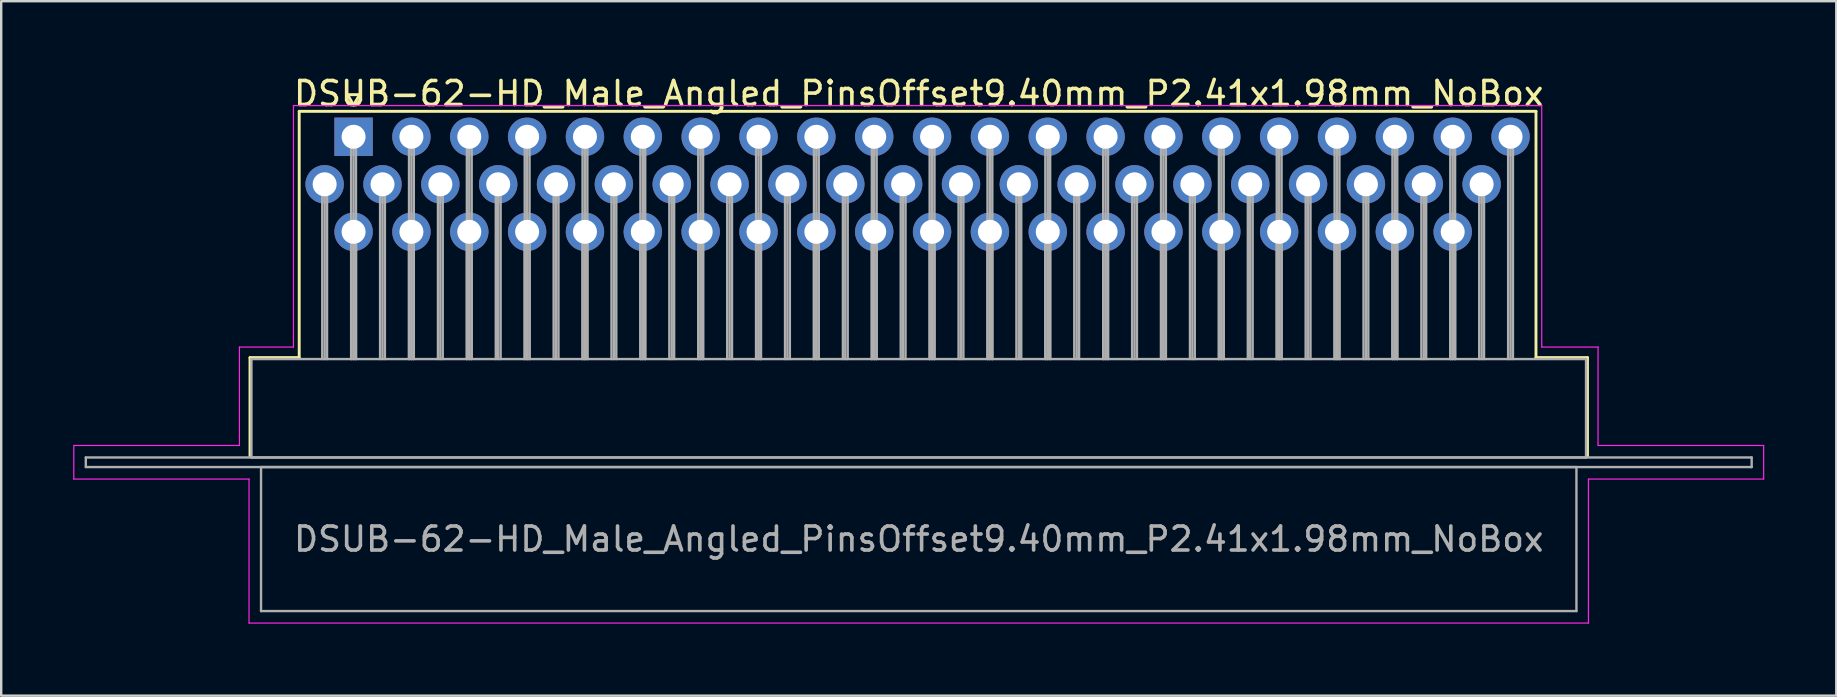
<source format=kicad_pcb>
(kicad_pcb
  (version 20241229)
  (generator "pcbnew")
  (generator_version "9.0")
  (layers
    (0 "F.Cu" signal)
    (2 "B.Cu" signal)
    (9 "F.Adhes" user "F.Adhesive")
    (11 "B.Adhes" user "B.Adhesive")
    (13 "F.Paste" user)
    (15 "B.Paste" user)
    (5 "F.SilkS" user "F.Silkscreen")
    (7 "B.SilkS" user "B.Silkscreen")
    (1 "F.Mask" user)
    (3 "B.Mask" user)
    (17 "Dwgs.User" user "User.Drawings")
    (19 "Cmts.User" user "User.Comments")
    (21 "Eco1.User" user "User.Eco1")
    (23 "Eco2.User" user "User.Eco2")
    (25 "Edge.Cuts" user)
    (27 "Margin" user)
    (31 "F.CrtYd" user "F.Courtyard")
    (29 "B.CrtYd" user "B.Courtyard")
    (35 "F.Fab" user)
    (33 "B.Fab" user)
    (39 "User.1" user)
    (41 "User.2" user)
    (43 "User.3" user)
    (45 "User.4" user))
  (footprint "DSUB-62-HD_Male_Angled_PinsOffset9.40mm_P2.41x1.98mm_NoBox"
    (layer "F.Cu")
    (at 11.68 2.648)
    (property "Reference" "DSUB-62-HD_Male_Angled_PinsOffset9.40mm_P2.41x1.98mm_NoBox" (at 23.545 -1.8 0) (layer "F.SilkS") (effects (font (size 1 1) (thickness 0.15))))
    (attr through_hole)
    (fp_line (start -4.315 9.2) (end -2.265 9.2) (stroke (width 0.12) (type solid)) (layer "F.SilkS"))
    (fp_line (start -4.315 13.3) (end -4.315 9.2) (stroke (width 0.12) (type solid)) (layer "F.SilkS"))
    (fp_line (start -2.265 -1.06) (end 49.26 -1.06) (stroke (width 0.12) (type solid)) (layer "F.SilkS"))
    (fp_line (start -2.265 9.2) (end -2.265 -1.06) (stroke (width 0.12) (type solid)) (layer "F.SilkS"))
    (fp_line (start -0.25 -1.754) (end 0.25 -1.754) (stroke (width 0.12) (type solid)) (layer "F.SilkS"))
    (fp_line (start 0 -1.321) (end -0.25 -1.754) (stroke (width 0.12) (type solid)) (layer "F.SilkS"))
    (fp_line (start 0.25 -1.754) (end 0 -1.321) (stroke (width 0.12) (type solid)) (layer "F.SilkS"))
    (fp_line (start 49.26 -1.06) (end 49.26 9.2) (stroke (width 0.12) (type solid)) (layer "F.SilkS"))
    (fp_line (start 49.26 9.2) (end 51.405 9.2) (stroke (width 0.12) (type solid)) (layer "F.SilkS"))
    (fp_line (start 51.405 9.2) (end 51.405 13.3) (stroke (width 0.12) (type solid)) (layer "F.SilkS"))
    (fp_line (start -11.655 12.86) (end -4.755 12.86) (stroke (width 0.05) (type solid)) (layer "F.CrtYd"))
    (fp_line (start -11.655 14.26) (end -11.655 12.86) (stroke (width 0.05) (type solid)) (layer "F.CrtYd"))
    (fp_line (start -4.755 8.76) (end -2.505 8.76) (stroke (width 0.05) (type solid)) (layer "F.CrtYd"))
    (fp_line (start -4.755 12.86) (end -4.755 8.76) (stroke (width 0.05) (type solid)) (layer "F.CrtYd"))
    (fp_line (start -4.355 14.26) (end -11.655 14.26) (stroke (width 0.05) (type solid)) (layer "F.CrtYd"))
    (fp_line (start -4.355 20.26) (end -4.355 14.26) (stroke (width 0.05) (type solid)) (layer "F.CrtYd"))
    (fp_line (start -2.505 -1.3) (end 49.5 -1.3) (stroke (width 0.05) (type solid)) (layer "F.CrtYd"))
    (fp_line (start -2.505 8.76) (end -2.505 -1.3) (stroke (width 0.05) (type solid)) (layer "F.CrtYd"))
    (fp_line (start 49.5 -1.3) (end 49.5 8.76) (stroke (width 0.05) (type solid)) (layer "F.CrtYd"))
    (fp_line (start 49.5 8.76) (end 51.845 8.76) (stroke (width 0.05) (type solid)) (layer "F.CrtYd"))
    (fp_line (start 51.445 14.26) (end 51.445 20.26) (stroke (width 0.05) (type solid)) (layer "F.CrtYd"))
    (fp_line (start 51.445 20.26) (end -4.355 20.26) (stroke (width 0.05) (type solid)) (layer "F.CrtYd"))
    (fp_line (start 51.845 8.76) (end 51.845 12.86) (stroke (width 0.05) (type solid)) (layer "F.CrtYd"))
    (fp_line (start 51.845 12.86) (end 58.745 12.86) (stroke (width 0.05) (type solid)) (layer "F.CrtYd"))
    (fp_line (start 58.745 12.86) (end 58.745 14.26) (stroke (width 0.05) (type solid)) (layer "F.CrtYd"))
    (fp_line (start 58.745 14.26) (end 51.445 14.26) (stroke (width 0.05) (type solid)) (layer "F.CrtYd"))
    (fp_line (start -11.155 13.36) (end -11.155 13.76) (stroke (width 0.1) (type solid)) (layer "F.Fab"))
    (fp_line (start -11.155 13.76) (end 58.245 13.76) (stroke (width 0.1) (type solid)) (layer "F.Fab"))
    (fp_line (start -4.255 9.26) (end -4.255 13.36) (stroke (width 0.1) (type solid)) (layer "F.Fab"))
    (fp_line (start -4.255 13.36) (end 51.345 13.36) (stroke (width 0.1) (type solid)) (layer "F.Fab"))
    (fp_line (start -3.855 13.76) (end -3.855 19.76) (stroke (width 0.1) (type solid)) (layer "F.Fab"))
    (fp_line (start -3.855 19.76) (end 50.945 19.76) (stroke (width 0.1) (type solid)) (layer "F.Fab"))
    (fp_line (start -1.305 1.98) (end -1.305 9.26) (stroke (width 0.1) (type solid)) (layer "F.Fab"))
    (fp_line (start -1.205 1.98) (end -1.205 9.26) (stroke (width 0.1) (type solid)) (layer "F.Fab"))
    (fp_line (start -1.105 1.98) (end -1.105 9.26) (stroke (width 0.1) (type solid)) (layer "F.Fab"))
    (fp_line (start -0.1 0) (end -0.1 9.26) (stroke (width 0.1) (type solid)) (layer "F.Fab"))
    (fp_line (start -0.1 3.96) (end -0.1 9.26) (stroke (width 0.1) (type solid)) (layer "F.Fab"))
    (fp_line (start 0 0) (end 0 9.26) (stroke (width 0.1) (type solid)) (layer "F.Fab"))
    (fp_line (start 0 3.96) (end 0 9.26) (stroke (width 0.1) (type solid)) (layer "F.Fab"))
    (fp_line (start 0.1 0) (end 0.1 9.26) (stroke (width 0.1) (type solid)) (layer "F.Fab"))
    (fp_line (start 0.1 3.96) (end 0.1 9.26) (stroke (width 0.1) (type solid)) (layer "F.Fab"))
    (fp_line (start 1.105 1.98) (end 1.105 9.26) (stroke (width 0.1) (type solid)) (layer "F.Fab"))
    (fp_line (start 1.205 1.98) (end 1.205 9.26) (stroke (width 0.1) (type solid)) (layer "F.Fab"))
    (fp_line (start 1.305 1.98) (end 1.305 9.26) (stroke (width 0.1) (type solid)) (layer "F.Fab"))
    (fp_line (start 2.31 0) (end 2.31 9.26) (stroke (width 0.1) (type solid)) (layer "F.Fab"))
    (fp_line (start 2.31 3.96) (end 2.31 9.26) (stroke (width 0.1) (type solid)) (layer "F.Fab"))
    (fp_line (start 2.41 0) (end 2.41 9.26) (stroke (width 0.1) (type solid)) (layer "F.Fab"))
    (fp_line (start 2.41 3.96) (end 2.41 9.26) (stroke (width 0.1) (type solid)) (layer "F.Fab"))
    (fp_line (start 2.51 0) (end 2.51 9.26) (stroke (width 0.1) (type solid)) (layer "F.Fab"))
    (fp_line (start 2.51 3.96) (end 2.51 9.26) (stroke (width 0.1) (type solid)) (layer "F.Fab"))
    (fp_line (start 3.515 1.98) (end 3.515 9.26) (stroke (width 0.1) (type solid)) (layer "F.Fab"))
    (fp_line (start 3.615 1.98) (end 3.615 9.26) (stroke (width 0.1) (type solid)) (layer "F.Fab"))
    (fp_line (start 3.715 1.98) (end 3.715 9.26) (stroke (width 0.1) (type solid)) (layer "F.Fab"))
    (fp_line (start 4.72 0) (end 4.72 9.26) (stroke (width 0.1) (type solid)) (layer "F.Fab"))
    (fp_line (start 4.72 3.96) (end 4.72 9.26) (stroke (width 0.1) (type solid)) (layer "F.Fab"))
    (fp_line (start 4.82 0) (end 4.82 9.26) (stroke (width 0.1) (type solid)) (layer "F.Fab"))
    (fp_line (start 4.82 3.96) (end 4.82 9.26) (stroke (width 0.1) (type solid)) (layer "F.Fab"))
    (fp_line (start 4.92 0) (end 4.92 9.26) (stroke (width 0.1) (type solid)) (layer "F.Fab"))
    (fp_line (start 4.92 3.96) (end 4.92 9.26) (stroke (width 0.1) (type solid)) (layer "F.Fab"))
    (fp_line (start 5.925 1.98) (end 5.925 9.26) (stroke (width 0.1) (type solid)) (layer "F.Fab"))
    (fp_line (start 6.025 1.98) (end 6.025 9.26) (stroke (width 0.1) (type solid)) (layer "F.Fab"))
    (fp_line (start 6.125 1.98) (end 6.125 9.26) (stroke (width 0.1) (type solid)) (layer "F.Fab"))
    (fp_line (start 7.13 0) (end 7.13 9.26) (stroke (width 0.1) (type solid)) (layer "F.Fab"))
    (fp_line (start 7.13 3.96) (end 7.13 9.26) (stroke (width 0.1) (type solid)) (layer "F.Fab"))
    (fp_line (start 7.23 0) (end 7.23 9.26) (stroke (width 0.1) (type solid)) (layer "F.Fab"))
    (fp_line (start 7.23 3.96) (end 7.23 9.26) (stroke (width 0.1) (type solid)) (layer "F.Fab"))
    (fp_line (start 7.33 0) (end 7.33 9.26) (stroke (width 0.1) (type solid)) (layer "F.Fab"))
    (fp_line (start 7.33 3.96) (end 7.33 9.26) (stroke (width 0.1) (type solid)) (layer "F.Fab"))
    (fp_line (start 8.335 1.98) (end 8.335 9.26) (stroke (width 0.1) (type solid)) (layer "F.Fab"))
    (fp_line (start 8.435 1.98) (end 8.435 9.26) (stroke (width 0.1) (type solid)) (layer "F.Fab"))
    (fp_line (start 8.535 1.98) (end 8.535 9.26) (stroke (width 0.1) (type solid)) (layer "F.Fab"))
    (fp_line (start 9.54 0) (end 9.54 9.26) (stroke (width 0.1) (type solid)) (layer "F.Fab"))
    (fp_line (start 9.54 3.96) (end 9.54 9.26) (stroke (width 0.1) (type solid)) (layer "F.Fab"))
    (fp_line (start 9.64 0) (end 9.64 9.26) (stroke (width 0.1) (type solid)) (layer "F.Fab"))
    (fp_line (start 9.64 3.96) (end 9.64 9.26) (stroke (width 0.1) (type solid)) (layer "F.Fab"))
    (fp_line (start 9.74 0) (end 9.74 9.26) (stroke (width 0.1) (type solid)) (layer "F.Fab"))
    (fp_line (start 9.74 3.96) (end 9.74 9.26) (stroke (width 0.1) (type solid)) (layer "F.Fab"))
    (fp_line (start 10.745 1.98) (end 10.745 9.26) (stroke (width 0.1) (type solid)) (layer "F.Fab"))
    (fp_line (start 10.845 1.98) (end 10.845 9.26) (stroke (width 0.1) (type solid)) (layer "F.Fab"))
    (fp_line (start 10.945 1.98) (end 10.945 9.26) (stroke (width 0.1) (type solid)) (layer "F.Fab"))
    (fp_line (start 11.95 0) (end 11.95 9.26) (stroke (width 0.1) (type solid)) (layer "F.Fab"))
    (fp_line (start 11.95 3.96) (end 11.95 9.26) (stroke (width 0.1) (type solid)) (layer "F.Fab"))
    (fp_line (start 12.05 0) (end 12.05 9.26) (stroke (width 0.1) (type solid)) (layer "F.Fab"))
    (fp_line (start 12.05 3.96) (end 12.05 9.26) (stroke (width 0.1) (type solid)) (layer "F.Fab"))
    (fp_line (start 12.15 0) (end 12.15 9.26) (stroke (width 0.1) (type solid)) (layer "F.Fab"))
    (fp_line (start 12.15 3.96) (end 12.15 9.26) (stroke (width 0.1) (type solid)) (layer "F.Fab"))
    (fp_line (start 13.155 1.98) (end 13.155 9.26) (stroke (width 0.1) (type solid)) (layer "F.Fab"))
    (fp_line (start 13.255 1.98) (end 13.255 9.26) (stroke (width 0.1) (type solid)) (layer "F.Fab"))
    (fp_line (start 13.355 1.98) (end 13.355 9.26) (stroke (width 0.1) (type solid)) (layer "F.Fab"))
    (fp_line (start 14.36 0) (end 14.36 9.26) (stroke (width 0.1) (type solid)) (layer "F.Fab"))
    (fp_line (start 14.36 3.96) (end 14.36 9.26) (stroke (width 0.1) (type solid)) (layer "F.Fab"))
    (fp_line (start 14.46 0) (end 14.46 9.26) (stroke (width 0.1) (type solid)) (layer "F.Fab"))
    (fp_line (start 14.46 3.96) (end 14.46 9.26) (stroke (width 0.1) (type solid)) (layer "F.Fab"))
    (fp_line (start 14.56 0) (end 14.56 9.26) (stroke (width 0.1) (type solid)) (layer "F.Fab"))
    (fp_line (start 14.56 3.96) (end 14.56 9.26) (stroke (width 0.1) (type solid)) (layer "F.Fab"))
    (fp_line (start 15.565 1.98) (end 15.565 9.26) (stroke (width 0.1) (type solid)) (layer "F.Fab"))
    (fp_line (start 15.665 1.98) (end 15.665 9.26) (stroke (width 0.1) (type solid)) (layer "F.Fab"))
    (fp_line (start 15.765 1.98) (end 15.765 9.26) (stroke (width 0.1) (type solid)) (layer "F.Fab"))
    (fp_line (start 16.77 0) (end 16.77 9.26) (stroke (width 0.1) (type solid)) (layer "F.Fab"))
    (fp_line (start 16.77 3.96) (end 16.77 9.26) (stroke (width 0.1) (type solid)) (layer "F.Fab"))
    (fp_line (start 16.87 0) (end 16.87 9.26) (stroke (width 0.1) (type solid)) (layer "F.Fab"))
    (fp_line (start 16.87 3.96) (end 16.87 9.26) (stroke (width 0.1) (type solid)) (layer "F.Fab"))
    (fp_line (start 16.97 0) (end 16.97 9.26) (stroke (width 0.1) (type solid)) (layer "F.Fab"))
    (fp_line (start 16.97 3.96) (end 16.97 9.26) (stroke (width 0.1) (type solid)) (layer "F.Fab"))
    (fp_line (start 17.975 1.98) (end 17.975 9.26) (stroke (width 0.1) (type solid)) (layer "F.Fab"))
    (fp_line (start 18.075 1.98) (end 18.075 9.26) (stroke (width 0.1) (type solid)) (layer "F.Fab"))
    (fp_line (start 18.175 1.98) (end 18.175 9.26) (stroke (width 0.1) (type solid)) (layer "F.Fab"))
    (fp_line (start 19.18 0) (end 19.18 9.26) (stroke (width 0.1) (type solid)) (layer "F.Fab"))
    (fp_line (start 19.18 3.96) (end 19.18 9.26) (stroke (width 0.1) (type solid)) (layer "F.Fab"))
    (fp_line (start 19.28 0) (end 19.28 9.26) (stroke (width 0.1) (type solid)) (layer "F.Fab"))
    (fp_line (start 19.28 3.96) (end 19.28 9.26) (stroke (width 0.1) (type solid)) (layer "F.Fab"))
    (fp_line (start 19.38 0) (end 19.38 9.26) (stroke (width 0.1) (type solid)) (layer "F.Fab"))
    (fp_line (start 19.38 3.96) (end 19.38 9.26) (stroke (width 0.1) (type solid)) (layer "F.Fab"))
    (fp_line (start 20.385 1.98) (end 20.385 9.26) (stroke (width 0.1) (type solid)) (layer "F.Fab"))
    (fp_line (start 20.485 1.98) (end 20.485 9.26) (stroke (width 0.1) (type solid)) (layer "F.Fab"))
    (fp_line (start 20.585 1.98) (end 20.585 9.26) (stroke (width 0.1) (type solid)) (layer "F.Fab"))
    (fp_line (start 21.59 0) (end 21.59 9.26) (stroke (width 0.1) (type solid)) (layer "F.Fab"))
    (fp_line (start 21.59 3.96) (end 21.59 9.26) (stroke (width 0.1) (type solid)) (layer "F.Fab"))
    (fp_line (start 21.69 0) (end 21.69 9.26) (stroke (width 0.1) (type solid)) (layer "F.Fab"))
    (fp_line (start 21.69 3.96) (end 21.69 9.26) (stroke (width 0.1) (type solid)) (layer "F.Fab"))
    (fp_line (start 21.79 0) (end 21.79 9.26) (stroke (width 0.1) (type solid)) (layer "F.Fab"))
    (fp_line (start 21.79 3.96) (end 21.79 9.26) (stroke (width 0.1) (type solid)) (layer "F.Fab"))
    (fp_line (start 22.795 1.98) (end 22.795 9.26) (stroke (width 0.1) (type solid)) (layer "F.Fab"))
    (fp_line (start 22.895 1.98) (end 22.895 9.26) (stroke (width 0.1) (type solid)) (layer "F.Fab"))
    (fp_line (start 22.995 1.98) (end 22.995 9.26) (stroke (width 0.1) (type solid)) (layer "F.Fab"))
    (fp_line (start 24 0) (end 24 9.26) (stroke (width 0.1) (type solid)) (layer "F.Fab"))
    (fp_line (start 24 3.96) (end 24 9.26) (stroke (width 0.1) (type solid)) (layer "F.Fab"))
    (fp_line (start 24.1 0) (end 24.1 9.26) (stroke (width 0.1) (type solid)) (layer "F.Fab"))
    (fp_line (start 24.1 3.96) (end 24.1 9.26) (stroke (width 0.1) (type solid)) (layer "F.Fab"))
    (fp_line (start 24.2 0) (end 24.2 9.26) (stroke (width 0.1) (type solid)) (layer "F.Fab"))
    (fp_line (start 24.2 3.96) (end 24.2 9.26) (stroke (width 0.1) (type solid)) (layer "F.Fab"))
    (fp_line (start 25.205 1.98) (end 25.205 9.26) (stroke (width 0.1) (type solid)) (layer "F.Fab"))
    (fp_line (start 25.305 1.98) (end 25.305 9.26) (stroke (width 0.1) (type solid)) (layer "F.Fab"))
    (fp_line (start 25.405 1.98) (end 25.405 9.26) (stroke (width 0.1) (type solid)) (layer "F.Fab"))
    (fp_line (start 26.41 0) (end 26.41 9.26) (stroke (width 0.1) (type solid)) (layer "F.Fab"))
    (fp_line (start 26.41 3.96) (end 26.41 9.26) (stroke (width 0.1) (type solid)) (layer "F.Fab"))
    (fp_line (start 26.51 0) (end 26.51 9.26) (stroke (width 0.1) (type solid)) (layer "F.Fab"))
    (fp_line (start 26.51 3.96) (end 26.51 9.26) (stroke (width 0.1) (type solid)) (layer "F.Fab"))
    (fp_line (start 26.61 0) (end 26.61 9.26) (stroke (width 0.1) (type solid)) (layer "F.Fab"))
    (fp_line (start 26.61 3.96) (end 26.61 9.26) (stroke (width 0.1) (type solid)) (layer "F.Fab"))
    (fp_line (start 27.615 1.98) (end 27.615 9.26) (stroke (width 0.1) (type solid)) (layer "F.Fab"))
    (fp_line (start 27.715 1.98) (end 27.715 9.26) (stroke (width 0.1) (type solid)) (layer "F.Fab"))
    (fp_line (start 27.815 1.98) (end 27.815 9.26) (stroke (width 0.1) (type solid)) (layer "F.Fab"))
    (fp_line (start 28.82 0) (end 28.82 9.26) (stroke (width 0.1) (type solid)) (layer "F.Fab"))
    (fp_line (start 28.82 3.96) (end 28.82 9.26) (stroke (width 0.1) (type solid)) (layer "F.Fab"))
    (fp_line (start 28.92 0) (end 28.92 9.26) (stroke (width 0.1) (type solid)) (layer "F.Fab"))
    (fp_line (start 28.92 3.96) (end 28.92 9.26) (stroke (width 0.1) (type solid)) (layer "F.Fab"))
    (fp_line (start 29.02 0) (end 29.02 9.26) (stroke (width 0.1) (type solid)) (layer "F.Fab"))
    (fp_line (start 29.02 3.96) (end 29.02 9.26) (stroke (width 0.1) (type solid)) (layer "F.Fab"))
    (fp_line (start 30.025 1.98) (end 30.025 9.26) (stroke (width 0.1) (type solid)) (layer "F.Fab"))
    (fp_line (start 30.125 1.98) (end 30.125 9.26) (stroke (width 0.1) (type solid)) (layer "F.Fab"))
    (fp_line (start 30.225 1.98) (end 30.225 9.26) (stroke (width 0.1) (type solid)) (layer "F.Fab"))
    (fp_line (start 31.23 0) (end 31.23 9.26) (stroke (width 0.1) (type solid)) (layer "F.Fab"))
    (fp_line (start 31.23 3.96) (end 31.23 9.26) (stroke (width 0.1) (type solid)) (layer "F.Fab"))
    (fp_line (start 31.33 0) (end 31.33 9.26) (stroke (width 0.1) (type solid)) (layer "F.Fab"))
    (fp_line (start 31.33 3.96) (end 31.33 9.26) (stroke (width 0.1) (type solid)) (layer "F.Fab"))
    (fp_line (start 31.43 0) (end 31.43 9.26) (stroke (width 0.1) (type solid)) (layer "F.Fab"))
    (fp_line (start 31.43 3.96) (end 31.43 9.26) (stroke (width 0.1) (type solid)) (layer "F.Fab"))
    (fp_line (start 32.435 1.98) (end 32.435 9.26) (stroke (width 0.1) (type solid)) (layer "F.Fab"))
    (fp_line (start 32.535 1.98) (end 32.535 9.26) (stroke (width 0.1) (type solid)) (layer "F.Fab"))
    (fp_line (start 32.635 1.98) (end 32.635 9.26) (stroke (width 0.1) (type solid)) (layer "F.Fab"))
    (fp_line (start 33.64 0) (end 33.64 9.26) (stroke (width 0.1) (type solid)) (layer "F.Fab"))
    (fp_line (start 33.64 3.96) (end 33.64 9.26) (stroke (width 0.1) (type solid)) (layer "F.Fab"))
    (fp_line (start 33.74 0) (end 33.74 9.26) (stroke (width 0.1) (type solid)) (layer "F.Fab"))
    (fp_line (start 33.74 3.96) (end 33.74 9.26) (stroke (width 0.1) (type solid)) (layer "F.Fab"))
    (fp_line (start 33.84 0) (end 33.84 9.26) (stroke (width 0.1) (type solid)) (layer "F.Fab"))
    (fp_line (start 33.84 3.96) (end 33.84 9.26) (stroke (width 0.1) (type solid)) (layer "F.Fab"))
    (fp_line (start 34.845 1.98) (end 34.845 9.26) (stroke (width 0.1) (type solid)) (layer "F.Fab"))
    (fp_line (start 34.945 1.98) (end 34.945 9.26) (stroke (width 0.1) (type solid)) (layer "F.Fab"))
    (fp_line (start 35.045 1.98) (end 35.045 9.26) (stroke (width 0.1) (type solid)) (layer "F.Fab"))
    (fp_line (start 36.05 0) (end 36.05 9.26) (stroke (width 0.1) (type solid)) (layer "F.Fab"))
    (fp_line (start 36.05 3.96) (end 36.05 9.26) (stroke (width 0.1) (type solid)) (layer "F.Fab"))
    (fp_line (start 36.15 0) (end 36.15 9.26) (stroke (width 0.1) (type solid)) (layer "F.Fab"))
    (fp_line (start 36.15 3.96) (end 36.15 9.26) (stroke (width 0.1) (type solid)) (layer "F.Fab"))
    (fp_line (start 36.25 0) (end 36.25 9.26) (stroke (width 0.1) (type solid)) (layer "F.Fab"))
    (fp_line (start 36.25 3.96) (end 36.25 9.26) (stroke (width 0.1) (type solid)) (layer "F.Fab"))
    (fp_line (start 37.255 1.98) (end 37.255 9.26) (stroke (width 0.1) (type solid)) (layer "F.Fab"))
    (fp_line (start 37.355 1.98) (end 37.355 9.26) (stroke (width 0.1) (type solid)) (layer "F.Fab"))
    (fp_line (start 37.455 1.98) (end 37.455 9.26) (stroke (width 0.1) (type solid)) (layer "F.Fab"))
    (fp_line (start 38.46 0) (end 38.46 9.26) (stroke (width 0.1) (type solid)) (layer "F.Fab"))
    (fp_line (start 38.46 3.96) (end 38.46 9.26) (stroke (width 0.1) (type solid)) (layer "F.Fab"))
    (fp_line (start 38.56 0) (end 38.56 9.26) (stroke (width 0.1) (type solid)) (layer "F.Fab"))
    (fp_line (start 38.56 3.96) (end 38.56 9.26) (stroke (width 0.1) (type solid)) (layer "F.Fab"))
    (fp_line (start 38.66 0) (end 38.66 9.26) (stroke (width 0.1) (type solid)) (layer "F.Fab"))
    (fp_line (start 38.66 3.96) (end 38.66 9.26) (stroke (width 0.1) (type solid)) (layer "F.Fab"))
    (fp_line (start 39.665 1.98) (end 39.665 9.26) (stroke (width 0.1) (type solid)) (layer "F.Fab"))
    (fp_line (start 39.765 1.98) (end 39.765 9.26) (stroke (width 0.1) (type solid)) (layer "F.Fab"))
    (fp_line (start 39.865 1.98) (end 39.865 9.26) (stroke (width 0.1) (type solid)) (layer "F.Fab"))
    (fp_line (start 40.87 0) (end 40.87 9.26) (stroke (width 0.1) (type solid)) (layer "F.Fab"))
    (fp_line (start 40.87 3.96) (end 40.87 9.26) (stroke (width 0.1) (type solid)) (layer "F.Fab"))
    (fp_line (start 40.97 0) (end 40.97 9.26) (stroke (width 0.1) (type solid)) (layer "F.Fab"))
    (fp_line (start 40.97 3.96) (end 40.97 9.26) (stroke (width 0.1) (type solid)) (layer "F.Fab"))
    (fp_line (start 41.07 0) (end 41.07 9.26) (stroke (width 0.1) (type solid)) (layer "F.Fab"))
    (fp_line (start 41.07 3.96) (end 41.07 9.26) (stroke (width 0.1) (type solid)) (layer "F.Fab"))
    (fp_line (start 42.075 1.98) (end 42.075 9.26) (stroke (width 0.1) (type solid)) (layer "F.Fab"))
    (fp_line (start 42.175 1.98) (end 42.175 9.26) (stroke (width 0.1) (type solid)) (layer "F.Fab"))
    (fp_line (start 42.275 1.98) (end 42.275 9.26) (stroke (width 0.1) (type solid)) (layer "F.Fab"))
    (fp_line (start 43.28 0) (end 43.28 9.26) (stroke (width 0.1) (type solid)) (layer "F.Fab"))
    (fp_line (start 43.28 3.96) (end 43.28 9.26) (stroke (width 0.1) (type solid)) (layer "F.Fab"))
    (fp_line (start 43.38 0) (end 43.38 9.26) (stroke (width 0.1) (type solid)) (layer "F.Fab"))
    (fp_line (start 43.38 3.96) (end 43.38 9.26) (stroke (width 0.1) (type solid)) (layer "F.Fab"))
    (fp_line (start 43.48 0) (end 43.48 9.26) (stroke (width 0.1) (type solid)) (layer "F.Fab"))
    (fp_line (start 43.48 3.96) (end 43.48 9.26) (stroke (width 0.1) (type solid)) (layer "F.Fab"))
    (fp_line (start 44.485 1.98) (end 44.485 9.26) (stroke (width 0.1) (type solid)) (layer "F.Fab"))
    (fp_line (start 44.585 1.98) (end 44.585 9.26) (stroke (width 0.1) (type solid)) (layer "F.Fab"))
    (fp_line (start 44.685 1.98) (end 44.685 9.26) (stroke (width 0.1) (type solid)) (layer "F.Fab"))
    (fp_line (start 45.69 0) (end 45.69 9.26) (stroke (width 0.1) (type solid)) (layer "F.Fab"))
    (fp_line (start 45.69 3.96) (end 45.69 9.26) (stroke (width 0.1) (type solid)) (layer "F.Fab"))
    (fp_line (start 45.79 0) (end 45.79 9.26) (stroke (width 0.1) (type solid)) (layer "F.Fab"))
    (fp_line (start 45.79 3.96) (end 45.79 9.26) (stroke (width 0.1) (type solid)) (layer "F.Fab"))
    (fp_line (start 45.89 0) (end 45.89 9.26) (stroke (width 0.1) (type solid)) (layer "F.Fab"))
    (fp_line (start 45.89 3.96) (end 45.89 9.26) (stroke (width 0.1) (type solid)) (layer "F.Fab"))
    (fp_line (start 46.895 1.98) (end 46.895 9.26) (stroke (width 0.1) (type solid)) (layer "F.Fab"))
    (fp_line (start 46.995 1.98) (end 46.995 9.26) (stroke (width 0.1) (type solid)) (layer "F.Fab"))
    (fp_line (start 47.095 1.98) (end 47.095 9.26) (stroke (width 0.1) (type solid)) (layer "F.Fab"))
    (fp_line (start 48.1 0) (end 48.1 9.26) (stroke (width 0.1) (type solid)) (layer "F.Fab"))
    (fp_line (start 48.2 0) (end 48.2 9.26) (stroke (width 0.1) (type solid)) (layer "F.Fab"))
    (fp_line (start 48.3 0) (end 48.3 9.26) (stroke (width 0.1) (type solid)) (layer "F.Fab"))
    (fp_line (start 50.945 13.76) (end -3.855 13.76) (stroke (width 0.1) (type solid)) (layer "F.Fab"))
    (fp_line (start 50.945 19.76) (end 50.945 13.76) (stroke (width 0.1) (type solid)) (layer "F.Fab"))
    (fp_line (start 51.345 9.26) (end -4.255 9.26) (stroke (width 0.1) (type solid)) (layer "F.Fab"))
    (fp_line (start 51.345 13.36) (end 51.345 9.26) (stroke (width 0.1) (type solid)) (layer "F.Fab"))
    (fp_line (start 58.245 13.36) (end -11.155 13.36) (stroke (width 0.1) (type solid)) (layer "F.Fab"))
    (fp_line (start 58.245 13.76) (end 58.245 13.36) (stroke (width 0.1) (type solid)) (layer "F.Fab"))
    (fp_text user "${REFERENCE}" (at 23.545 16.76 0) (layer "F.Fab") (effects (font (size 1 1) (thickness 0.15))))
    (pad "1" thru_hole rect (at 0 0) (size 1.6 1.6) (drill 1) (layers "*.Cu" "*.Mask"))
    (pad "2" thru_hole circle (at 2.41 0) (size 1.6 1.6) (drill 1) (layers "*.Cu" "*.Mask"))
    (pad "3" thru_hole circle (at 4.82 0) (size 1.6 1.6) (drill 1) (layers "*.Cu" "*.Mask"))
    (pad "4" thru_hole circle (at 7.23 0) (size 1.6 1.6) (drill 1) (layers "*.Cu" "*.Mask"))
    (pad "5" thru_hole circle (at 9.64 0) (size 1.6 1.6) (drill 1) (layers "*.Cu" "*.Mask"))
    (pad "6" thru_hole circle (at 12.05 0) (size 1.6 1.6) (drill 1) (layers "*.Cu" "*.Mask"))
    (pad "7" thru_hole circle (at 14.46 0) (size 1.6 1.6) (drill 1) (layers "*.Cu" "*.Mask"))
    (pad "8" thru_hole circle (at 16.87 0) (size 1.6 1.6) (drill 1) (layers "*.Cu" "*.Mask"))
    (pad "9" thru_hole circle (at 19.28 0) (size 1.6 1.6) (drill 1) (layers "*.Cu" "*.Mask"))
    (pad "10" thru_hole circle (at 21.69 0) (size 1.6 1.6) (drill 1) (layers "*.Cu" "*.Mask"))
    (pad "11" thru_hole circle (at 24.1 0) (size 1.6 1.6) (drill 1) (layers "*.Cu" "*.Mask"))
    (pad "12" thru_hole circle (at 26.51 0) (size 1.6 1.6) (drill 1) (layers "*.Cu" "*.Mask"))
    (pad "13" thru_hole circle (at 28.92 0) (size 1.6 1.6) (drill 1) (layers "*.Cu" "*.Mask"))
    (pad "14" thru_hole circle (at 31.33 0) (size 1.6 1.6) (drill 1) (layers "*.Cu" "*.Mask"))
    (pad "15" thru_hole circle (at 33.74 0) (size 1.6 1.6) (drill 1) (layers "*.Cu" "*.Mask"))
    (pad "16" thru_hole circle (at 36.15 0) (size 1.6 1.6) (drill 1) (layers "*.Cu" "*.Mask"))
    (pad "17" thru_hole circle (at 38.56 0) (size 1.6 1.6) (drill 1) (layers "*.Cu" "*.Mask"))
    (pad "18" thru_hole circle (at 40.97 0) (size 1.6 1.6) (drill 1) (layers "*.Cu" "*.Mask"))
    (pad "19" thru_hole circle (at 43.38 0) (size 1.6 1.6) (drill 1) (layers "*.Cu" "*.Mask"))
    (pad "20" thru_hole circle (at 45.79 0) (size 1.6 1.6) (drill 1) (layers "*.Cu" "*.Mask"))
    (pad "21" thru_hole circle (at 48.2 0) (size 1.6 1.6) (drill 1) (layers "*.Cu" "*.Mask"))
    (pad "22" thru_hole circle (at -1.205 1.98) (size 1.6 1.6) (drill 1) (layers "*.Cu" "*.Mask"))
    (pad "23" thru_hole circle (at 1.205 1.98) (size 1.6 1.6) (drill 1) (layers "*.Cu" "*.Mask"))
    (pad "24" thru_hole circle (at 3.615 1.98) (size 1.6 1.6) (drill 1) (layers "*.Cu" "*.Mask"))
    (pad "25" thru_hole circle (at 6.025 1.98) (size 1.6 1.6) (drill 1) (layers "*.Cu" "*.Mask"))
    (pad "26" thru_hole circle (at 8.435 1.98) (size 1.6 1.6) (drill 1) (layers "*.Cu" "*.Mask"))
    (pad "27" thru_hole circle (at 10.845 1.98) (size 1.6 1.6) (drill 1) (layers "*.Cu" "*.Mask"))
    (pad "28" thru_hole circle (at 13.255 1.98) (size 1.6 1.6) (drill 1) (layers "*.Cu" "*.Mask"))
    (pad "29" thru_hole circle (at 15.665 1.98) (size 1.6 1.6) (drill 1) (layers "*.Cu" "*.Mask"))
    (pad "30" thru_hole circle (at 18.075 1.98) (size 1.6 1.6) (drill 1) (layers "*.Cu" "*.Mask"))
    (pad "31" thru_hole circle (at 20.485 1.98) (size 1.6 1.6) (drill 1) (layers "*.Cu" "*.Mask"))
    (pad "32" thru_hole circle (at 22.895 1.98) (size 1.6 1.6) (drill 1) (layers "*.Cu" "*.Mask"))
    (pad "33" thru_hole circle (at 25.305 1.98) (size 1.6 1.6) (drill 1) (layers "*.Cu" "*.Mask"))
    (pad "34" thru_hole circle (at 27.715 1.98) (size 1.6 1.6) (drill 1) (layers "*.Cu" "*.Mask"))
    (pad "35" thru_hole circle (at 30.125 1.98) (size 1.6 1.6) (drill 1) (layers "*.Cu" "*.Mask"))
    (pad "36" thru_hole circle (at 32.535 1.98) (size 1.6 1.6) (drill 1) (layers "*.Cu" "*.Mask"))
    (pad "37" thru_hole circle (at 34.945 1.98) (size 1.6 1.6) (drill 1) (layers "*.Cu" "*.Mask"))
    (pad "38" thru_hole circle (at 37.355 1.98) (size 1.6 1.6) (drill 1) (layers "*.Cu" "*.Mask"))
    (pad "39" thru_hole circle (at 39.765 1.98) (size 1.6 1.6) (drill 1) (layers "*.Cu" "*.Mask"))
    (pad "40" thru_hole circle (at 42.175 1.98) (size 1.6 1.6) (drill 1) (layers "*.Cu" "*.Mask"))
    (pad "41" thru_hole circle (at 44.585 1.98) (size 1.6 1.6) (drill 1) (layers "*.Cu" "*.Mask"))
    (pad "42" thru_hole circle (at 46.995 1.98) (size 1.6 1.6) (drill 1) (layers "*.Cu" "*.Mask"))
    (pad "43" thru_hole circle (at 0 3.96) (size 1.6 1.6) (drill 1) (layers "*.Cu" "*.Mask"))
    (pad "44" thru_hole circle (at 2.41 3.96) (size 1.6 1.6) (drill 1) (layers "*.Cu" "*.Mask"))
    (pad "45" thru_hole circle (at 4.82 3.96) (size 1.6 1.6) (drill 1) (layers "*.Cu" "*.Mask"))
    (pad "46" thru_hole circle (at 7.23 3.96) (size 1.6 1.6) (drill 1) (layers "*.Cu" "*.Mask"))
    (pad "47" thru_hole circle (at 9.64 3.96) (size 1.6 1.6) (drill 1) (layers "*.Cu" "*.Mask"))
    (pad "48" thru_hole circle (at 12.05 3.96) (size 1.6 1.6) (drill 1) (layers "*.Cu" "*.Mask"))
    (pad "49" thru_hole circle (at 14.46 3.96) (size 1.6 1.6) (drill 1) (layers "*.Cu" "*.Mask"))
    (pad "50" thru_hole circle (at 16.87 3.96) (size 1.6 1.6) (drill 1) (layers "*.Cu" "*.Mask"))
    (pad "51" thru_hole circle (at 19.28 3.96) (size 1.6 1.6) (drill 1) (layers "*.Cu" "*.Mask"))
    (pad "52" thru_hole circle (at 21.69 3.96) (size 1.6 1.6) (drill 1) (layers "*.Cu" "*.Mask"))
    (pad "53" thru_hole circle (at 24.1 3.96) (size 1.6 1.6) (drill 1) (layers "*.Cu" "*.Mask"))
    (pad "54" thru_hole circle (at 26.51 3.96) (size 1.6 1.6) (drill 1) (layers "*.Cu" "*.Mask"))
    (pad "55" thru_hole circle (at 28.92 3.96) (size 1.6 1.6) (drill 1) (layers "*.Cu" "*.Mask"))
    (pad "56" thru_hole circle (at 31.33 3.96) (size 1.6 1.6) (drill 1) (layers "*.Cu" "*.Mask"))
    (pad "57" thru_hole circle (at 33.74 3.96) (size 1.6 1.6) (drill 1) (layers "*.Cu" "*.Mask"))
    (pad "58" thru_hole circle (at 36.15 3.96) (size 1.6 1.6) (drill 1) (layers "*.Cu" "*.Mask"))
    (pad "59" thru_hole circle (at 38.56 3.96) (size 1.6 1.6) (drill 1) (layers "*.Cu" "*.Mask"))
    (pad "60" thru_hole circle (at 40.97 3.96) (size 1.6 1.6) (drill 1) (layers "*.Cu" "*.Mask"))
    (pad "61" thru_hole circle (at 43.38 3.96) (size 1.6 1.6) (drill 1) (layers "*.Cu" "*.Mask"))
    (pad "62" thru_hole circle (at 45.79 3.96) (size 1.6 1.6) (drill 1) (layers "*.Cu" "*.Mask")))
  (gr_rect
    (start -3 -3)
    (end 73.45 25.933)
    (stroke (width 0.1) (type default))
    (fill no)
    (layer "Edge.Cuts")))
</source>
